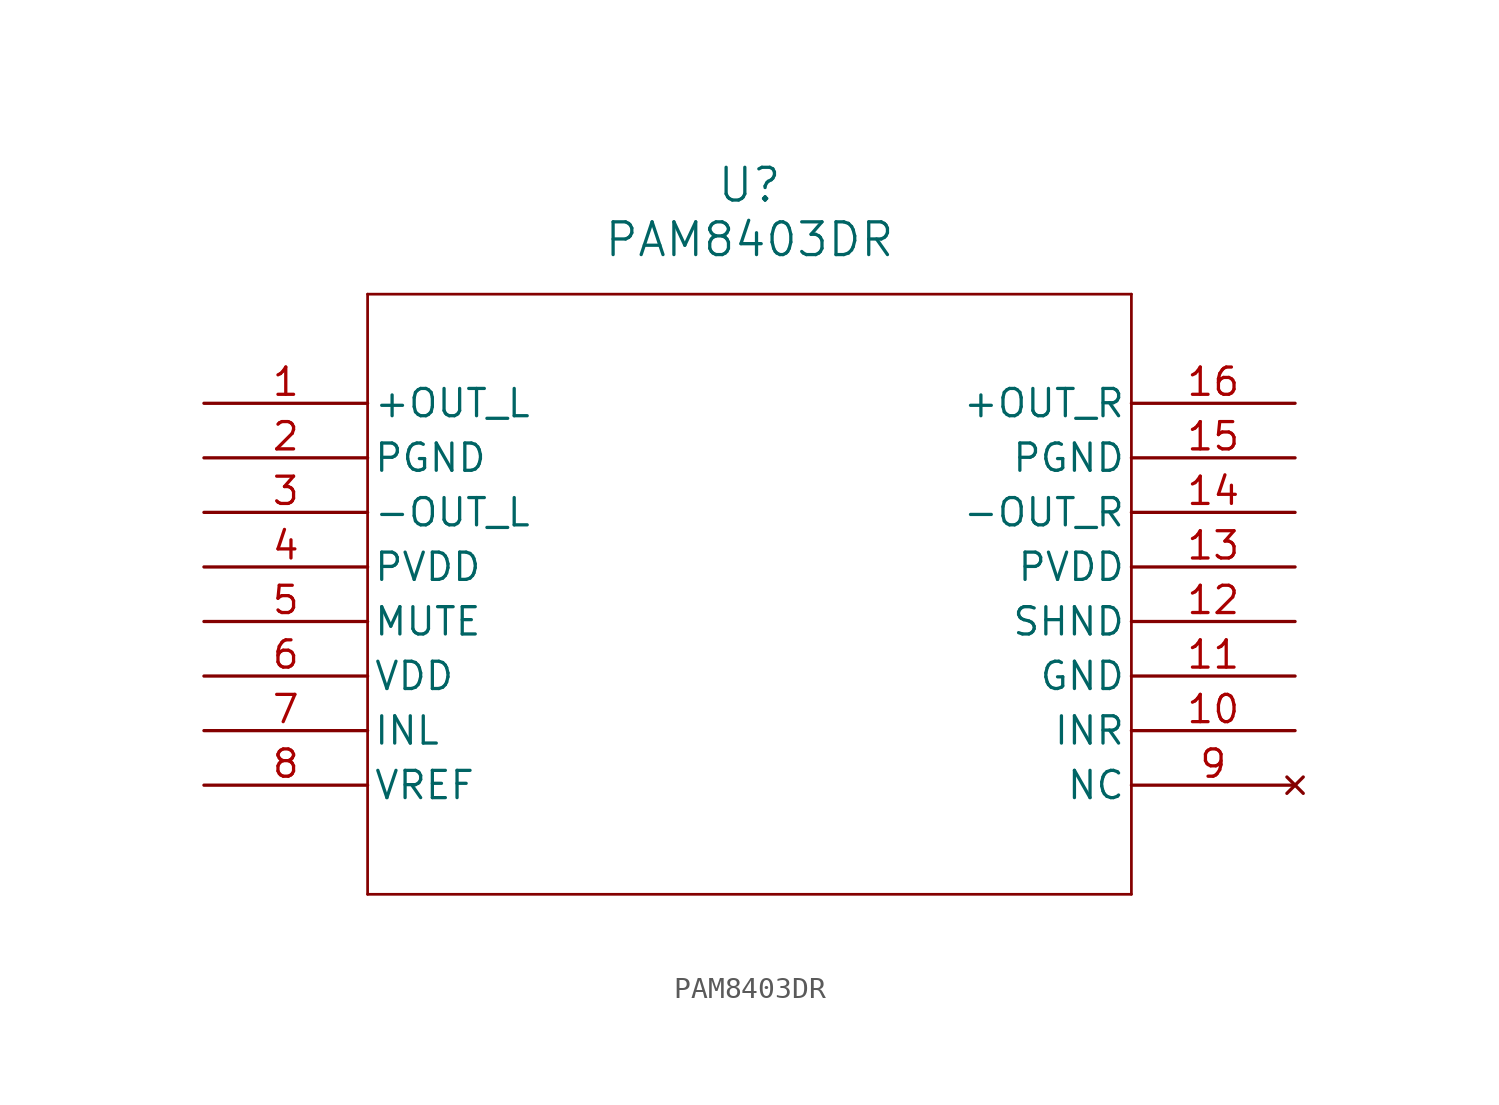
<source format=kicad_sym>
(kicad_symbol_lib
  (version 20211014)
  (generator kicad_symbol_editor)
  (symbol "PAM8403DR"
    (pin_names
      (offset 0.254))
    (property "Reference" "U"
      (at 25.4 10.16 0)
      (effects (font (size 1.524 1.524))))
    (property "Value" "PAM8403DR"
      (at 25.4 7.62 0)
      (effects (font (size 1.524 1.524))))
    (symbol "PAM8403DR_0_1"
      (polyline (pts (xy 7.62 5.08) (xy 7.62 -22.86)) (stroke (width 0.127) (type default) (color 0 0 0 0)) (fill (type none)))
      (polyline (pts (xy 7.62 -22.86) (xy 43.18 -22.86)) (stroke (width 0.127) (type default) (color 0 0 0 0)) (fill (type none)))
      (polyline (pts (xy 43.18 -22.86) (xy 43.18 5.08)) (stroke (width 0.127) (type default) (color 0 0 0 0)) (fill (type none)))
      (polyline (pts (xy 43.18 5.08) (xy 7.62 5.08)) (stroke (width 0.127) (type default) (color 0 0 0 0)) (fill (type none)))
      (pin output line (at 0 0 0) (length 7.62) (name "+OUT_L" (effects (font (size 1.27 1.27)))) (number "1" (effects (font (size 1.27 1.27)))))
      (pin power_out line (at 0 -2.54 0) (length 7.62) (name "PGND" (effects (font (size 1.27 1.27)))) (number "2" (effects (font (size 1.27 1.27)))))
      (pin output line (at 0 -5.08 0) (length 7.62) (name "-OUT_L" (effects (font (size 1.27 1.27)))) (number "3" (effects (font (size 1.27 1.27)))))
      (pin power_in line (at 0 -7.62 0) (length 7.62) (name "PVDD" (effects (font (size 1.27 1.27)))) (number "4" (effects (font (size 1.27 1.27)))))
      (pin unspecified line (at 0 -10.16 0) (length 7.62) (name "MUTE" (effects (font (size 1.27 1.27)))) (number "5" (effects (font (size 1.27 1.27)))))
      (pin power_in line (at 0 -12.7 0) (length 7.62) (name "VDD" (effects (font (size 1.27 1.27)))) (number "6" (effects (font (size 1.27 1.27)))))
      (pin unspecified line (at 0 -15.24 0) (length 7.62) (name "INL" (effects (font (size 1.27 1.27)))) (number "7" (effects (font (size 1.27 1.27)))))
      (pin power_in line (at 0 -17.78 0) (length 7.62) (name "VREF" (effects (font (size 1.27 1.27)))) (number "8" (effects (font (size 1.27 1.27)))))
      (pin no_connect line (at 50.8 -17.78 180) (length 7.62) (name "NC" (effects (font (size 1.27 1.27)))) (number "9" (effects (font (size 1.27 1.27)))))
      (pin unspecified line (at 50.8 -15.24 180) (length 7.62) (name "INR" (effects (font (size 1.27 1.27)))) (number "10" (effects (font (size 1.27 1.27)))))
      (pin power_out line (at 50.8 -12.7 180) (length 7.62) (name "GND" (effects (font (size 1.27 1.27)))) (number "11" (effects (font (size 1.27 1.27)))))
      (pin unspecified line (at 50.8 -10.16 180) (length 7.62) (name "SHND" (effects (font (size 1.27 1.27)))) (number "12" (effects (font (size 1.27 1.27)))))
      (pin power_in line (at 50.8 -7.62 180) (length 7.62) (name "PVDD" (effects (font (size 1.27 1.27)))) (number "13" (effects (font (size 1.27 1.27)))))
      (pin output line (at 50.8 -5.08 180) (length 7.62) (name "-OUT_R" (effects (font (size 1.27 1.27)))) (number "14" (effects (font (size 1.27 1.27)))))
      (pin power_out line (at 50.8 -2.54 180) (length 7.62) (name "PGND" (effects (font (size 1.27 1.27)))) (number "15" (effects (font (size 1.27 1.27)))))
      (pin output line (at 50.8 0 180) (length 7.62) (name "+OUT_R" (effects (font (size 1.27 1.27)))) (number "16" (effects (font (size 1.27 1.27))))))))
</source>
